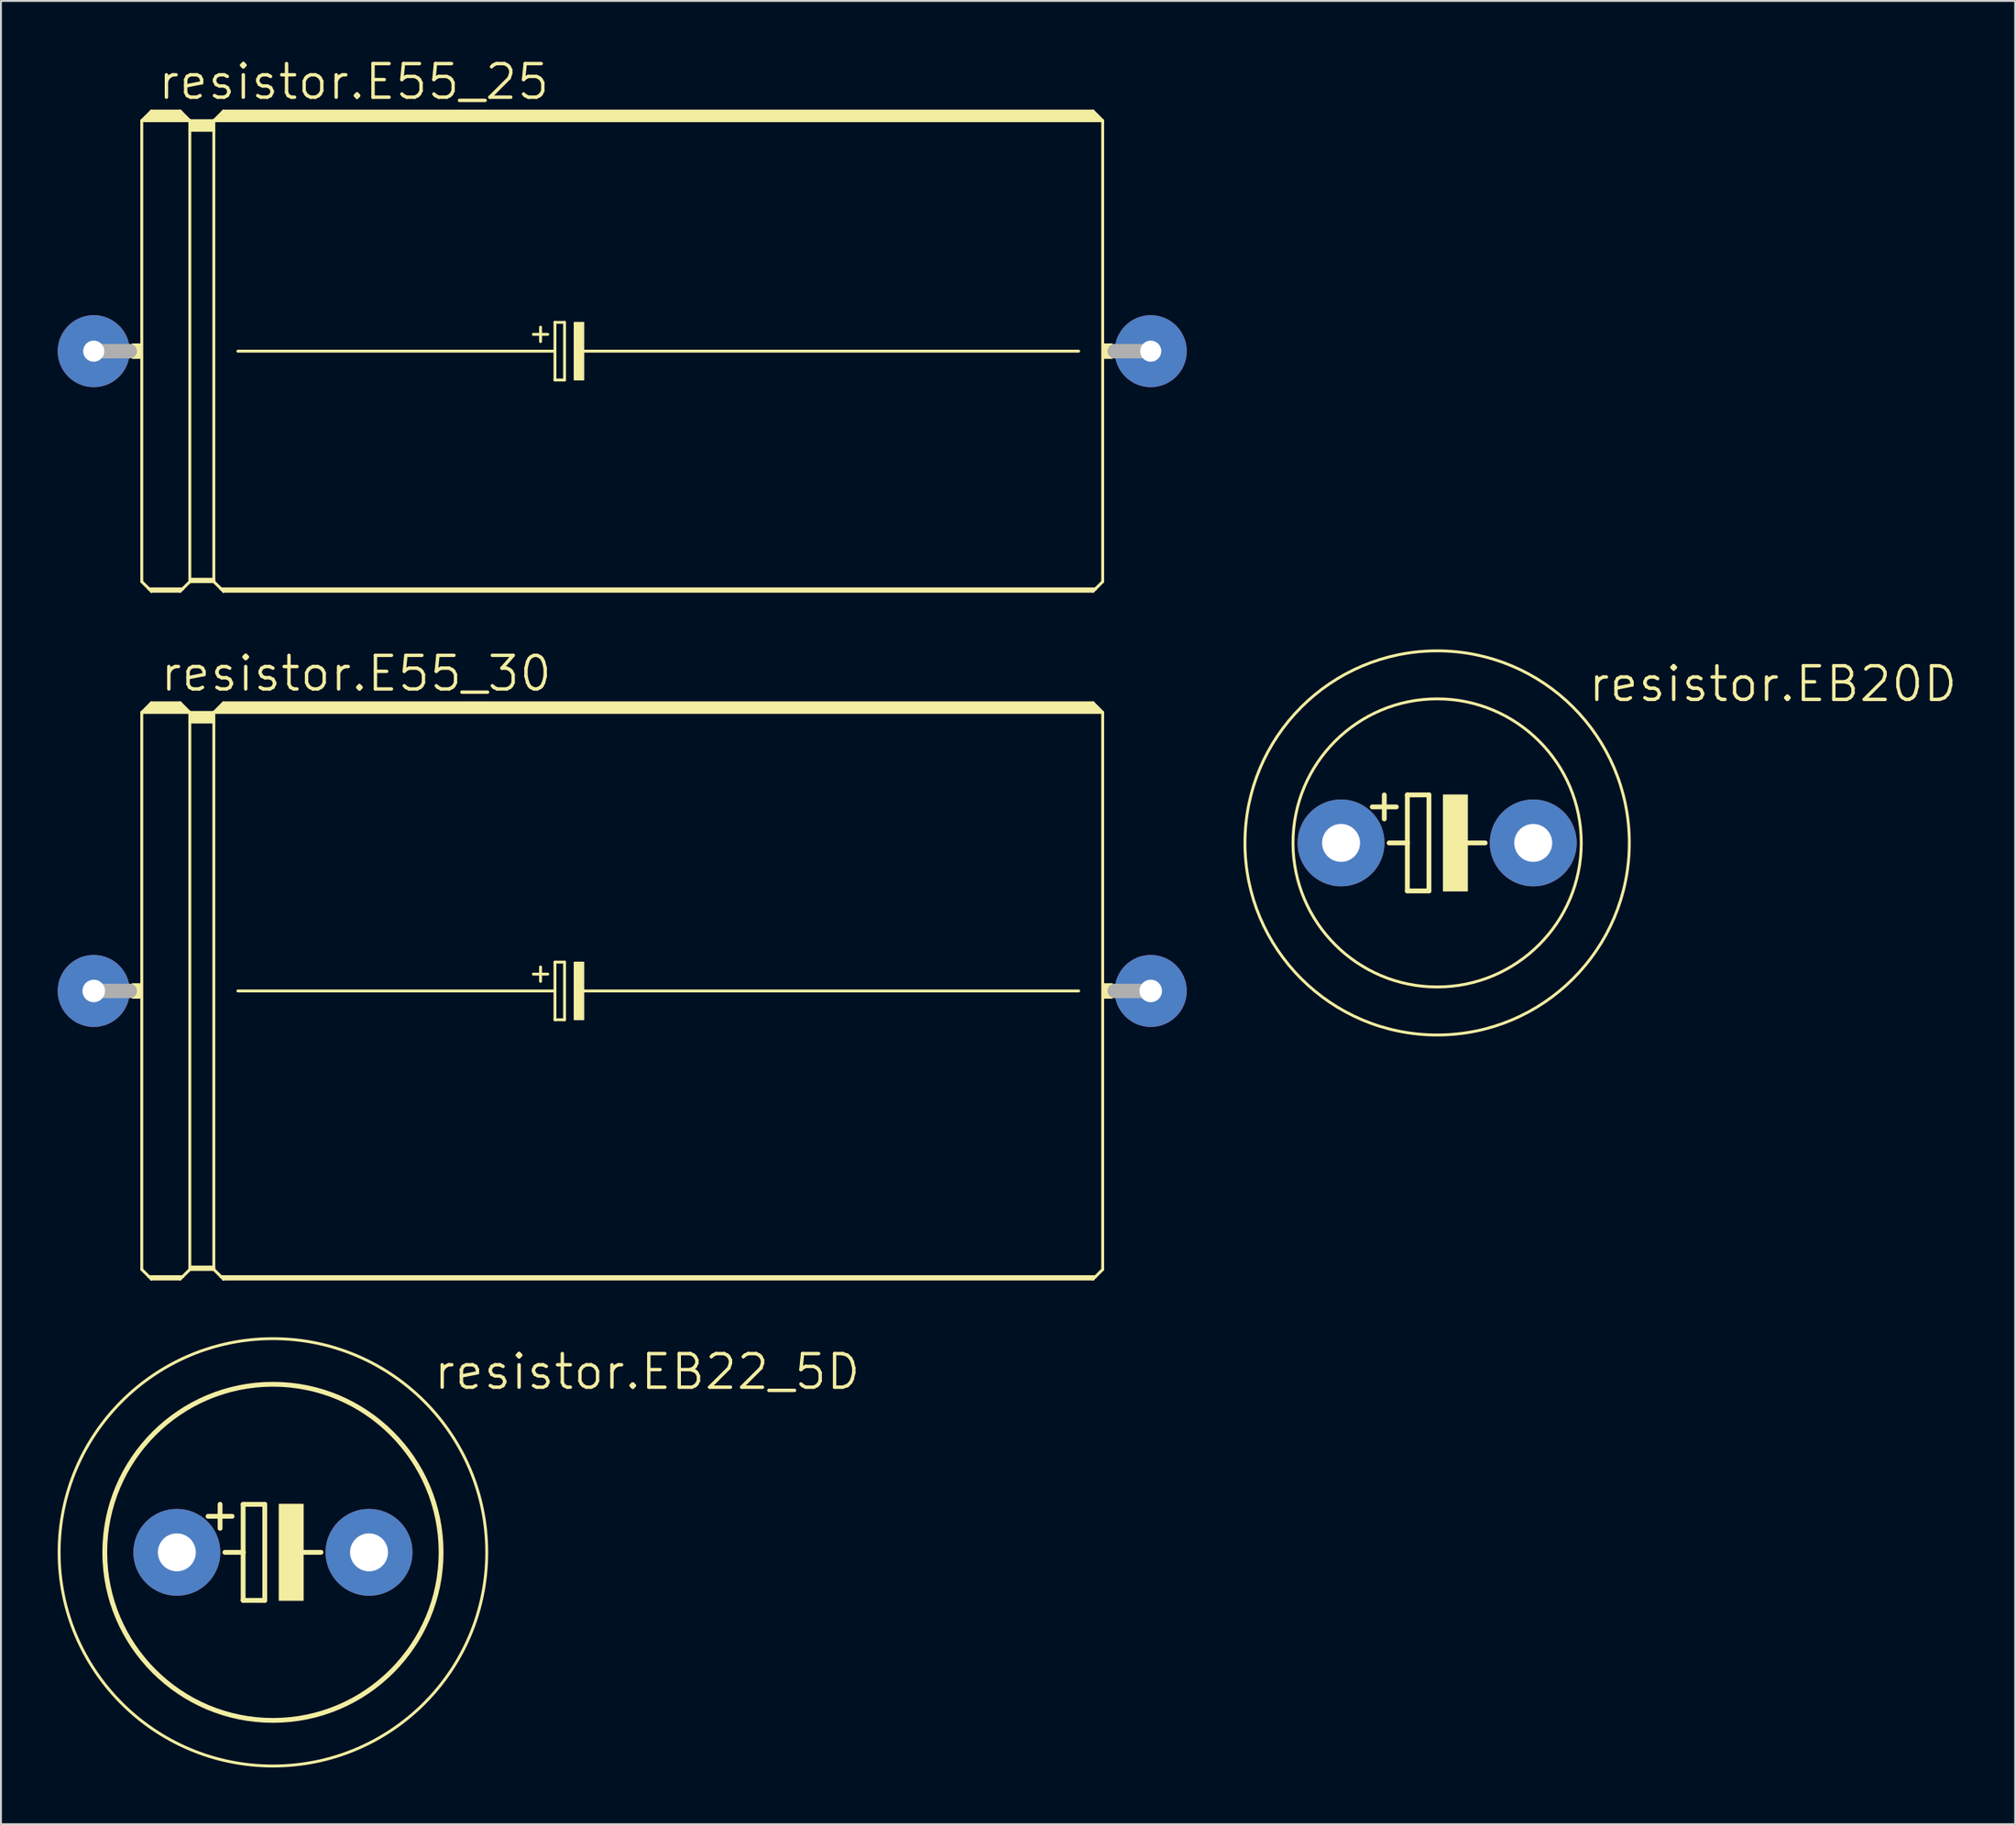
<source format=kicad_pcb>
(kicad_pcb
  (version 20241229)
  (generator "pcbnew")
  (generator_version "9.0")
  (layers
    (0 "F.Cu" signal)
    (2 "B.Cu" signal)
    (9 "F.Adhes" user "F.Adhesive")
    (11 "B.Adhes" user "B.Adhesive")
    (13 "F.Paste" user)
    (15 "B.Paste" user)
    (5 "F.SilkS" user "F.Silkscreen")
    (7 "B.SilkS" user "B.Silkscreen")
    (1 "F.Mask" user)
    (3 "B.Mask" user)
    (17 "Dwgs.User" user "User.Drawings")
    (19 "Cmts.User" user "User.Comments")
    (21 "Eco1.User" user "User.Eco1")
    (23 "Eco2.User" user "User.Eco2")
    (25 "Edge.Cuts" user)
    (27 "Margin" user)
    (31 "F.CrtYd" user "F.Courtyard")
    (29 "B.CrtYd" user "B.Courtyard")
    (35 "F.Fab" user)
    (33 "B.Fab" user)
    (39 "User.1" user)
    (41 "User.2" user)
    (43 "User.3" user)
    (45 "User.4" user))
  (footprint "resistor.EB22_5D"
    (layer "F.Cu")
    (at 11.379 79.064)
    (property "Reference" "resistor.EB22_5D" (at 8.407 -8.509 0) (layer "F.SilkS") (effects (font (size 1.778 1.778) (thickness 0.18)) (justify left bottom)))
    (attr through_hole)
    (fp_line (start -2.794 -2.54) (end -2.794 -1.27) (stroke (width 0.254) (type default)) (layer "F.SilkS"))
    (fp_line (start -2.54 0) (end -1.575 0) (stroke (width 0.254) (type default)) (layer "F.SilkS"))
    (fp_line (start -2.159 -1.905) (end -3.429 -1.905) (stroke (width 0.254) (type default)) (layer "F.SilkS"))
    (fp_line (start -1.575 -2.54) (end -0.432 -2.54) (stroke (width 0.254) (type default)) (layer "F.SilkS"))
    (fp_line (start -1.575 0) (end -1.575 -2.54) (stroke (width 0.254) (type default)) (layer "F.SilkS"))
    (fp_line (start -1.575 2.54) (end -1.575 0) (stroke (width 0.254) (type default)) (layer "F.SilkS"))
    (fp_line (start -0.432 -2.54) (end -0.432 2.54) (stroke (width 0.254) (type default)) (layer "F.SilkS"))
    (fp_line (start -0.432 2.54) (end -1.575 2.54) (stroke (width 0.254) (type default)) (layer "F.SilkS"))
    (fp_line (start 0.635 0) (end 2.54 0) (stroke (width 0.254) (type default)) (layer "F.SilkS"))
    (fp_rect (start 0.33 2.54) (end 1.6 -2.54) (stroke (width 0.05) (type default)) (fill yes) (layer "F.SilkS"))
    (fp_circle (center 0 0) (end 8.89 0) (stroke (width 0.254) (type default)) (fill no) (layer "F.SilkS"))
    (fp_circle (center 0 0) (end 11.303 0) (stroke (width 0.152) (type default)) (fill no) (layer "F.SilkS"))
    (pad "+" thru_hole circle (at -5.08 0) (size 4.597 4.597) (drill 2.007) (layers "*.Cu" "*.Mask"))
    (pad "-" thru_hole circle (at 5.08 0) (size 4.597 4.597) (drill 2.007) (layers "*.Cu" "*.Mask")))
  (footprint "resistor.E55_25"
    (layer "F.Cu")
    (at 29.845 15.526)
    (property "Reference" "resistor.E55_25" (at -24.638 -13.208 0) (layer "F.SilkS") (effects (font (size 1.778 1.778) (thickness 0.18)) (justify left bottom)))
    (attr through_hole)
    (fp_line (start -25.4 -12.192) (end -25.4 12.192) (stroke (width 0.152) (type default)) (layer "F.SilkS"))
    (fp_line (start -25.4 -12.192) (end -24.892 -12.7) (stroke (width 0.152) (type default)) (layer "F.SilkS"))
    (fp_line (start -25.4 -12.192) (end -22.86 -12.192) (stroke (width 0.152) (type default)) (layer "F.SilkS"))
    (fp_line (start -25.4 12.192) (end -25.019 12.573) (stroke (width 0.152) (type default)) (layer "F.SilkS"))
    (fp_line (start -25.146 -12.319) (end -23.114 -12.319) (stroke (width 0.305) (type default)) (layer "F.SilkS"))
    (fp_line (start -25.019 12.573) (end -24.892 12.7) (stroke (width 0.152) (type default)) (layer "F.SilkS"))
    (fp_line (start -25.019 12.573) (end -23.241 12.573) (stroke (width 0.152) (type default)) (layer "F.SilkS"))
    (fp_line (start -24.892 -12.7) (end -23.368 -12.7) (stroke (width 0.152) (type default)) (layer "F.SilkS"))
    (fp_line (start -24.892 -12.573) (end -23.368 -12.573) (stroke (width 0.305) (type default)) (layer "F.SilkS"))
    (fp_line (start -24.892 12.649) (end -23.368 12.649) (stroke (width 0.152) (type default)) (layer "F.SilkS"))
    (fp_line (start -24.892 12.7) (end -24.892 12.649) (stroke (width 0.152) (type default)) (layer "F.SilkS"))
    (fp_line (start -24.892 12.7) (end -23.368 12.7) (stroke (width 0.152) (type default)) (layer "F.SilkS"))
    (fp_line (start -23.368 -12.7) (end -22.86 -12.192) (stroke (width 0.152) (type default)) (layer "F.SilkS"))
    (fp_line (start -23.368 12.7) (end -23.241 12.573) (stroke (width 0.152) (type default)) (layer "F.SilkS"))
    (fp_line (start -23.241 12.573) (end -22.86 12.192) (stroke (width 0.152) (type default)) (layer "F.SilkS"))
    (fp_line (start -22.86 -12.192) (end -21.59 -12.192) (stroke (width 0.152) (type default)) (layer "F.SilkS"))
    (fp_line (start -22.86 -11.684) (end -22.86 -12.192) (stroke (width 0.152) (type default)) (layer "F.SilkS"))
    (fp_line (start -22.86 -11.684) (end -21.59 -11.684) (stroke (width 0.152) (type default)) (layer "F.SilkS"))
    (fp_line (start -22.86 12.065) (end -22.86 -11.684) (stroke (width 0.152) (type default)) (layer "F.SilkS"))
    (fp_line (start -22.86 12.065) (end -21.59 12.065) (stroke (width 0.152) (type default)) (layer "F.SilkS"))
    (fp_line (start -22.86 12.141) (end -22.86 12.065) (stroke (width 0.152) (type default)) (layer "F.SilkS"))
    (fp_line (start -22.86 12.141) (end -21.59 12.141) (stroke (width 0.152) (type default)) (layer "F.SilkS"))
    (fp_line (start -22.86 12.192) (end -22.86 12.141) (stroke (width 0.152) (type default)) (layer "F.SilkS"))
    (fp_line (start -22.86 12.192) (end -21.59 12.192) (stroke (width 0.152) (type default)) (layer "F.SilkS"))
    (fp_line (start -22.733 -12.065) (end -21.717 -12.065) (stroke (width 0.305) (type default)) (layer "F.SilkS"))
    (fp_line (start -22.733 -11.811) (end -21.717 -11.811) (stroke (width 0.305) (type default)) (layer "F.SilkS"))
    (fp_line (start -21.59 -12.192) (end -21.082 -12.7) (stroke (width 0.152) (type default)) (layer "F.SilkS"))
    (fp_line (start -21.59 -12.192) (end 25.4 -12.192) (stroke (width 0.152) (type default)) (layer "F.SilkS"))
    (fp_line (start -21.59 -11.684) (end -21.59 -12.192) (stroke (width 0.152) (type default)) (layer "F.SilkS"))
    (fp_line (start -21.59 12.065) (end -21.59 -11.684) (stroke (width 0.152) (type default)) (layer "F.SilkS"))
    (fp_line (start -21.59 12.141) (end -21.59 12.065) (stroke (width 0.152) (type default)) (layer "F.SilkS"))
    (fp_line (start -21.59 12.192) (end -21.59 12.141) (stroke (width 0.152) (type default)) (layer "F.SilkS"))
    (fp_line (start -21.59 12.192) (end -21.209 12.573) (stroke (width 0.152) (type default)) (layer "F.SilkS"))
    (fp_line (start -21.336 -12.319) (end 25.146 -12.319) (stroke (width 0.305) (type default)) (layer "F.SilkS"))
    (fp_line (start -21.209 12.573) (end -21.082 12.7) (stroke (width 0.152) (type default)) (layer "F.SilkS"))
    (fp_line (start -21.209 12.573) (end 25.019 12.573) (stroke (width 0.152) (type default)) (layer "F.SilkS"))
    (fp_line (start -21.082 -12.7) (end 24.892 -12.7) (stroke (width 0.152) (type default)) (layer "F.SilkS"))
    (fp_line (start -21.082 -12.573) (end 24.892 -12.573) (stroke (width 0.305) (type default)) (layer "F.SilkS"))
    (fp_line (start -21.082 12.649) (end 24.892 12.649) (stroke (width 0.152) (type default)) (layer "F.SilkS"))
    (fp_line (start -21.082 12.7) (end -21.082 12.649) (stroke (width 0.152) (type default)) (layer "F.SilkS"))
    (fp_line (start -21.082 12.7) (end 24.892 12.7) (stroke (width 0.152) (type default)) (layer "F.SilkS"))
    (fp_line (start -20.32 0) (end -3.556 0) (stroke (width 0.152) (type default)) (layer "F.SilkS"))
    (fp_line (start -4.699 -0.889) (end -3.937 -0.889) (stroke (width 0.152) (type default)) (layer "F.SilkS"))
    (fp_line (start -4.318 -1.27) (end -4.318 -0.508) (stroke (width 0.152) (type default)) (layer "F.SilkS"))
    (fp_line (start -3.556 -1.524) (end -3.556 0) (stroke (width 0.152) (type default)) (layer "F.SilkS"))
    (fp_line (start -3.556 0) (end -3.556 1.524) (stroke (width 0.152) (type default)) (layer "F.SilkS"))
    (fp_line (start -3.556 1.524) (end -3.048 1.524) (stroke (width 0.152) (type default)) (layer "F.SilkS"))
    (fp_line (start -3.048 -1.524) (end -3.556 -1.524) (stroke (width 0.152) (type default)) (layer "F.SilkS"))
    (fp_line (start -3.048 1.524) (end -3.048 -1.524) (stroke (width 0.152) (type default)) (layer "F.SilkS"))
    (fp_line (start -2.159 0) (end 24.13 0) (stroke (width 0.152) (type default)) (layer "F.SilkS"))
    (fp_line (start 24.892 -12.7) (end 25.4 -12.192) (stroke (width 0.152) (type default)) (layer "F.SilkS"))
    (fp_line (start 24.892 12.7) (end 25.019 12.573) (stroke (width 0.152) (type default)) (layer "F.SilkS"))
    (fp_line (start 25.019 12.573) (end 25.4 12.192) (stroke (width 0.152) (type default)) (layer "F.SilkS"))
    (fp_line (start 25.4 -12.192) (end 25.4 12.192) (stroke (width 0.152) (type default)) (layer "F.SilkS"))
    (fp_rect (start -25.908 0.381) (end -25.4 -0.381) (stroke (width 0.05) (type default)) (fill yes) (layer "F.SilkS"))
    (fp_rect (start -2.54 1.524) (end -2.032 -1.524) (stroke (width 0.05) (type default)) (fill yes) (layer "F.SilkS"))
    (fp_rect (start 25.4 0.381) (end 25.908 -0.381) (stroke (width 0.05) (type default)) (fill yes) (layer "F.SilkS"))
    (fp_line (start -27.94 0) (end -26.035 0) (stroke (width 0.762) (type default)) (layer "F.Fab"))
    (fp_line (start 27.94 0) (end 26.035 0) (stroke (width 0.762) (type default)) (layer "F.Fab"))
    (pad "+" thru_hole circle (at -27.94 0) (size 3.81 3.81) (drill 1.118) (layers "*.Cu" "*.Mask"))
    (pad "-" thru_hole circle (at 27.94 0) (size 3.81 3.81) (drill 1.118) (layers "*.Cu" "*.Mask")))
  (footprint "resistor.EB20D"
    (layer "F.Cu")
    (at 72.926 41.538)
    (property "Reference" "resistor.EB20D" (at 7.899 -7.366 0) (layer "F.SilkS") (effects (font (size 1.778 1.778) (thickness 0.18)) (justify left bottom)))
    (attr through_hole)
    (fp_line (start -2.794 -2.54) (end -2.794 -1.27) (stroke (width 0.254) (type default)) (layer "F.SilkS"))
    (fp_line (start -2.54 0) (end -1.575 0) (stroke (width 0.254) (type default)) (layer "F.SilkS"))
    (fp_line (start -2.159 -1.905) (end -3.429 -1.905) (stroke (width 0.254) (type default)) (layer "F.SilkS"))
    (fp_line (start -1.575 -2.54) (end -0.432 -2.54) (stroke (width 0.254) (type default)) (layer "F.SilkS"))
    (fp_line (start -1.575 0) (end -1.575 -2.54) (stroke (width 0.254) (type default)) (layer "F.SilkS"))
    (fp_line (start -1.575 2.54) (end -1.575 0) (stroke (width 0.254) (type default)) (layer "F.SilkS"))
    (fp_line (start -0.432 -2.54) (end -0.432 2.54) (stroke (width 0.254) (type default)) (layer "F.SilkS"))
    (fp_line (start -0.432 2.54) (end -1.575 2.54) (stroke (width 0.254) (type default)) (layer "F.SilkS"))
    (fp_line (start 0.635 0) (end 2.54 0) (stroke (width 0.254) (type default)) (layer "F.SilkS"))
    (fp_rect (start 0.33 2.54) (end 1.6 -2.54) (stroke (width 0.05) (type default)) (fill yes) (layer "F.SilkS"))
    (fp_circle (center 0 0) (end 7.62 0) (stroke (width 0.152) (type default)) (fill no) (layer "F.SilkS"))
    (fp_circle (center 0 0) (end 10.16 0) (stroke (width 0.152) (type default)) (fill no) (layer "F.SilkS"))
    (pad "+" thru_hole circle (at -5.08 0) (size 4.597 4.597) (drill 2.007) (layers "*.Cu" "*.Mask"))
    (pad "-" thru_hole circle (at 5.08 0) (size 4.597 4.597) (drill 2.007) (layers "*.Cu" "*.Mask")))
  (footprint "resistor.E55_30"
    (layer "F.Cu")
    (at 29.845 49.368)
    (property "Reference" "resistor.E55_30" (at -24.511 -15.748 0) (layer "F.SilkS") (effects (font (size 1.778 1.778) (thickness 0.18)) (justify left bottom)))
    (attr through_hole)
    (fp_line (start -25.4 -14.732) (end -25.4 14.732) (stroke (width 0.152) (type default)) (layer "F.SilkS"))
    (fp_line (start -25.4 -14.732) (end -24.892 -15.24) (stroke (width 0.152) (type default)) (layer "F.SilkS"))
    (fp_line (start -25.4 -14.732) (end -22.86 -14.732) (stroke (width 0.152) (type default)) (layer "F.SilkS"))
    (fp_line (start -25.4 14.732) (end -25.019 15.113) (stroke (width 0.152) (type default)) (layer "F.SilkS"))
    (fp_line (start -25.146 -14.859) (end -23.114 -14.859) (stroke (width 0.305) (type default)) (layer "F.SilkS"))
    (fp_line (start -25.019 15.113) (end -24.892 15.24) (stroke (width 0.152) (type default)) (layer "F.SilkS"))
    (fp_line (start -25.019 15.113) (end -23.241 15.113) (stroke (width 0.152) (type default)) (layer "F.SilkS"))
    (fp_line (start -24.892 -15.24) (end -23.368 -15.24) (stroke (width 0.152) (type default)) (layer "F.SilkS"))
    (fp_line (start -24.892 -15.113) (end -23.368 -15.113) (stroke (width 0.305) (type default)) (layer "F.SilkS"))
    (fp_line (start -24.892 15.189) (end -23.368 15.189) (stroke (width 0.152) (type default)) (layer "F.SilkS"))
    (fp_line (start -24.892 15.24) (end -24.892 15.189) (stroke (width 0.152) (type default)) (layer "F.SilkS"))
    (fp_line (start -24.892 15.24) (end -23.368 15.24) (stroke (width 0.152) (type default)) (layer "F.SilkS"))
    (fp_line (start -23.368 -15.24) (end -22.86 -14.732) (stroke (width 0.152) (type default)) (layer "F.SilkS"))
    (fp_line (start -23.368 15.24) (end -23.241 15.113) (stroke (width 0.152) (type default)) (layer "F.SilkS"))
    (fp_line (start -23.241 15.113) (end -22.86 14.732) (stroke (width 0.152) (type default)) (layer "F.SilkS"))
    (fp_line (start -22.86 -14.732) (end -21.59 -14.732) (stroke (width 0.152) (type default)) (layer "F.SilkS"))
    (fp_line (start -22.86 -14.224) (end -22.86 -14.732) (stroke (width 0.152) (type default)) (layer "F.SilkS"))
    (fp_line (start -22.86 -14.224) (end -21.59 -14.224) (stroke (width 0.152) (type default)) (layer "F.SilkS"))
    (fp_line (start -22.86 14.605) (end -22.86 -14.224) (stroke (width 0.152) (type default)) (layer "F.SilkS"))
    (fp_line (start -22.86 14.605) (end -21.59 14.605) (stroke (width 0.152) (type default)) (layer "F.SilkS"))
    (fp_line (start -22.86 14.681) (end -22.86 14.605) (stroke (width 0.152) (type default)) (layer "F.SilkS"))
    (fp_line (start -22.86 14.681) (end -21.59 14.681) (stroke (width 0.152) (type default)) (layer "F.SilkS"))
    (fp_line (start -22.86 14.732) (end -22.86 14.681) (stroke (width 0.152) (type default)) (layer "F.SilkS"))
    (fp_line (start -22.86 14.732) (end -21.59 14.732) (stroke (width 0.152) (type default)) (layer "F.SilkS"))
    (fp_line (start -22.733 -14.605) (end -21.717 -14.605) (stroke (width 0.305) (type default)) (layer "F.SilkS"))
    (fp_line (start -22.733 -14.351) (end -21.717 -14.351) (stroke (width 0.305) (type default)) (layer "F.SilkS"))
    (fp_line (start -21.59 -14.732) (end -21.082 -15.24) (stroke (width 0.152) (type default)) (layer "F.SilkS"))
    (fp_line (start -21.59 -14.732) (end 25.4 -14.732) (stroke (width 0.152) (type default)) (layer "F.SilkS"))
    (fp_line (start -21.59 -14.224) (end -21.59 -14.732) (stroke (width 0.152) (type default)) (layer "F.SilkS"))
    (fp_line (start -21.59 14.605) (end -21.59 -14.224) (stroke (width 0.152) (type default)) (layer "F.SilkS"))
    (fp_line (start -21.59 14.681) (end -21.59 14.605) (stroke (width 0.152) (type default)) (layer "F.SilkS"))
    (fp_line (start -21.59 14.732) (end -21.59 14.681) (stroke (width 0.152) (type default)) (layer "F.SilkS"))
    (fp_line (start -21.59 14.732) (end -21.209 15.113) (stroke (width 0.152) (type default)) (layer "F.SilkS"))
    (fp_line (start -21.336 -14.859) (end 25.146 -14.859) (stroke (width 0.305) (type default)) (layer "F.SilkS"))
    (fp_line (start -21.209 15.113) (end -21.082 15.24) (stroke (width 0.152) (type default)) (layer "F.SilkS"))
    (fp_line (start -21.209 15.113) (end 25.019 15.113) (stroke (width 0.152) (type default)) (layer "F.SilkS"))
    (fp_line (start -21.082 -15.24) (end 24.892 -15.24) (stroke (width 0.152) (type default)) (layer "F.SilkS"))
    (fp_line (start -21.082 -15.113) (end 24.892 -15.113) (stroke (width 0.305) (type default)) (layer "F.SilkS"))
    (fp_line (start -21.082 15.189) (end 24.892 15.189) (stroke (width 0.152) (type default)) (layer "F.SilkS"))
    (fp_line (start -21.082 15.24) (end -21.082 15.189) (stroke (width 0.152) (type default)) (layer "F.SilkS"))
    (fp_line (start -21.082 15.24) (end 24.892 15.24) (stroke (width 0.152) (type default)) (layer "F.SilkS"))
    (fp_line (start -20.32 0) (end -3.556 0) (stroke (width 0.152) (type default)) (layer "F.SilkS"))
    (fp_line (start -4.699 -0.889) (end -3.937 -0.889) (stroke (width 0.152) (type default)) (layer "F.SilkS"))
    (fp_line (start -4.318 -1.27) (end -4.318 -0.508) (stroke (width 0.152) (type default)) (layer "F.SilkS"))
    (fp_line (start -3.556 -1.524) (end -3.556 0) (stroke (width 0.152) (type default)) (layer "F.SilkS"))
    (fp_line (start -3.556 0) (end -3.556 1.524) (stroke (width 0.152) (type default)) (layer "F.SilkS"))
    (fp_line (start -3.556 1.524) (end -3.048 1.524) (stroke (width 0.152) (type default)) (layer "F.SilkS"))
    (fp_line (start -3.048 -1.524) (end -3.556 -1.524) (stroke (width 0.152) (type default)) (layer "F.SilkS"))
    (fp_line (start -3.048 1.524) (end -3.048 -1.524) (stroke (width 0.152) (type default)) (layer "F.SilkS"))
    (fp_line (start -2.159 0) (end 24.13 0) (stroke (width 0.152) (type default)) (layer "F.SilkS"))
    (fp_line (start 24.892 -15.24) (end 25.4 -14.732) (stroke (width 0.152) (type default)) (layer "F.SilkS"))
    (fp_line (start 24.892 15.24) (end 25.019 15.113) (stroke (width 0.152) (type default)) (layer "F.SilkS"))
    (fp_line (start 25.019 15.113) (end 25.4 14.732) (stroke (width 0.152) (type default)) (layer "F.SilkS"))
    (fp_line (start 25.4 -14.732) (end 25.4 14.732) (stroke (width 0.152) (type default)) (layer "F.SilkS"))
    (fp_rect (start -25.908 0.381) (end -25.4 -0.381) (stroke (width 0.05) (type default)) (fill yes) (layer "F.SilkS"))
    (fp_rect (start -2.54 1.524) (end -2.032 -1.524) (stroke (width 0.05) (type default)) (fill yes) (layer "F.SilkS"))
    (fp_rect (start 25.4 0.381) (end 25.908 -0.381) (stroke (width 0.05) (type default)) (fill yes) (layer "F.SilkS"))
    (fp_line (start -27.94 0) (end -26.035 0) (stroke (width 0.762) (type default)) (layer "F.Fab"))
    (fp_line (start 27.94 0) (end 26.035 0) (stroke (width 0.762) (type default)) (layer "F.Fab"))
    (pad "+" thru_hole circle (at -27.94 0) (size 3.81 3.81) (drill 1.194) (layers "*.Cu" "*.Mask"))
    (pad "-" thru_hole circle (at 27.94 0) (size 3.81 3.81) (drill 1.194) (layers "*.Cu" "*.Mask")))
  (gr_rect
    (start -3 -3)
    (end 103.483 93.443)
    (stroke (width 0.1) (type default))
    (fill no)
    (layer "Edge.Cuts")))
</source>
